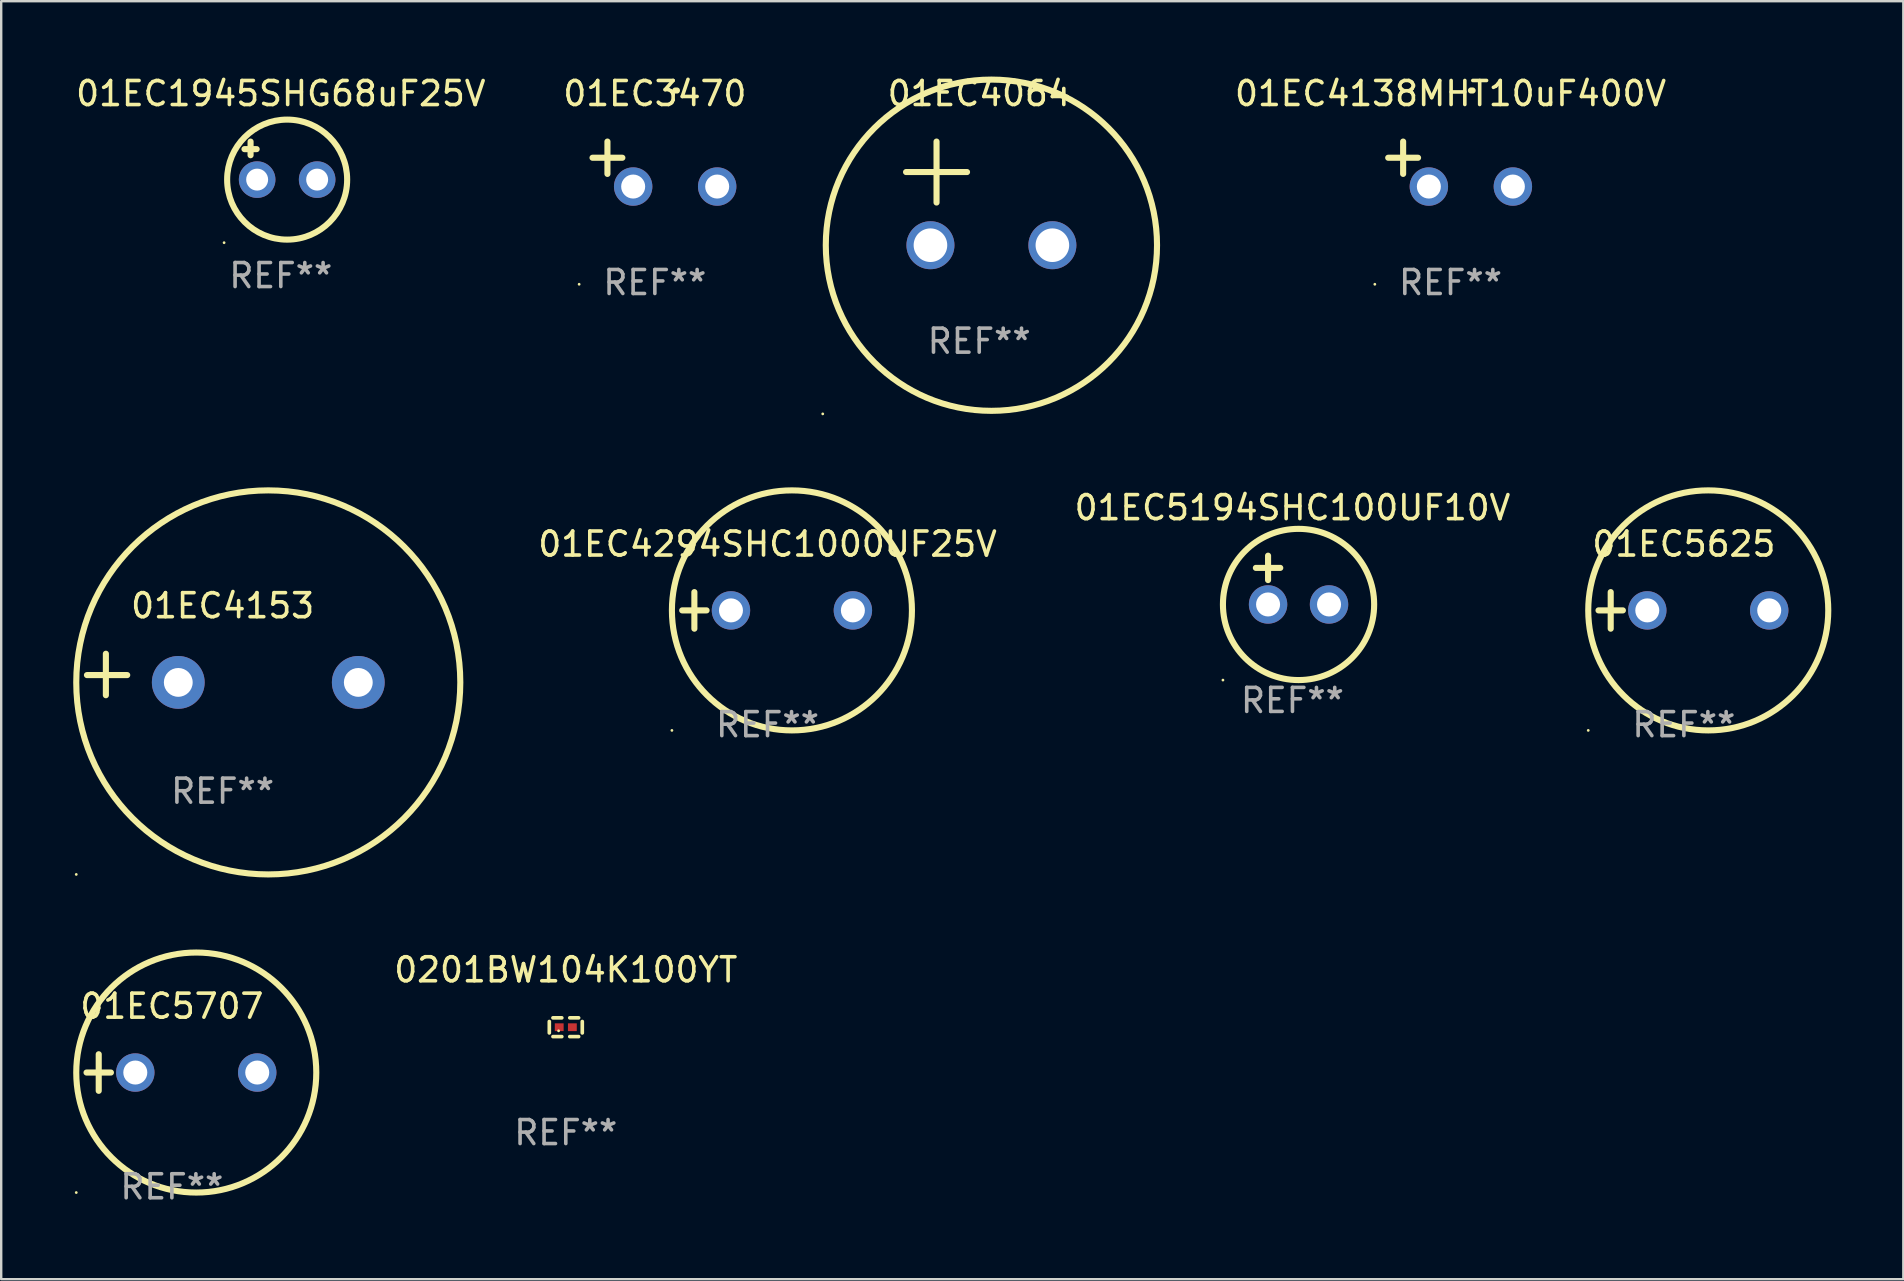
<source format=kicad_pcb>
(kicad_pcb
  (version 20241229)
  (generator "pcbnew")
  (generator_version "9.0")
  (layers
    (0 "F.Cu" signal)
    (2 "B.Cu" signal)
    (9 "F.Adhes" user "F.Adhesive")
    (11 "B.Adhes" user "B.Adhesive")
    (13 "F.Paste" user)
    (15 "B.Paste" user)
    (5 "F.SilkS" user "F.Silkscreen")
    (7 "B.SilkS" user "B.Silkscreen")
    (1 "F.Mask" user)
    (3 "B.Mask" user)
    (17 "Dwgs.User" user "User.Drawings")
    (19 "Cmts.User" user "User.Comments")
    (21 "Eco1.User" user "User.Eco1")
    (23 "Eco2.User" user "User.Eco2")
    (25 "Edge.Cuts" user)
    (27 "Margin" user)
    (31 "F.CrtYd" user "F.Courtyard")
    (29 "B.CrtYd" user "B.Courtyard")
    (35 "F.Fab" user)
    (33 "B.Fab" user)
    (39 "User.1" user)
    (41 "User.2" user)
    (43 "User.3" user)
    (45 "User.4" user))
  (footprint "01EC4064"
    (layer "F.Cu")
    (at 37.746 5.007)
    (property "Reference" "01EC4064" (at 0 -4.159 0) (layer "F.SilkS") (effects (font (size 1 1) (thickness 0.15))))
    (attr through_hole)
    (fp_line (start -3.048 -0.889) (end -0.508 -0.889) (stroke (width 0.254) (type solid)) (layer "F.SilkS"))
    (fp_line (start -1.778 -2.159) (end -1.778 0.381) (stroke (width 0.254) (type solid)) (layer "F.SilkS"))
    (fp_circle (center -6.519 9.186) (end -6.489 9.186) (stroke (width 0.06) (type solid)) (fill no) (layer "F.SilkS"))
    (fp_circle (center 0.508 2.159) (end 7.408 2.159) (stroke (width 0.254) (type solid)) (fill no) (layer "F.SilkS"))
    (fp_text user "REF**" (at 0 6.159 0) (layer "F.Fab") (effects (font (size 1 1) (thickness 0.15))))
    (pad "1" thru_hole circle (at -2.032 2.159) (size 2 2) (drill 1.4) (layers "*.Cu" "*.Mask"))
    (pad "2" thru_hole circle (at 3.048 2.159) (size 2 2) (drill 1.4) (layers "*.Cu" "*.Mask")))
  (footprint "0201BW104K100YT"
    (layer "F.Cu")
    (at 20.522 39.746)
    (property "Reference" "0201BW104K100YT" (at 0 -2.391 0) (layer "F.SilkS") (effects (font (size 1 1) (thickness 0.15))))
    (attr through_hole)
    (fp_line (start -0.687 0.238) (end -0.687 -0.238) (stroke (width 0.152) (type solid)) (layer "F.SilkS"))
    (fp_line (start -0.535 -0.391) (end -0.166 -0.391) (stroke (width 0.152) (type solid)) (layer "F.SilkS"))
    (fp_line (start -0.166 0.391) (end -0.535 0.391) (stroke (width 0.152) (type solid)) (layer "F.SilkS"))
    (fp_line (start 0.166 0.391) (end 0.535 0.391) (stroke (width 0.152) (type solid)) (layer "F.SilkS"))
    (fp_line (start 0.535 -0.391) (end 0.166 -0.391) (stroke (width 0.152) (type solid)) (layer "F.SilkS"))
    (fp_line (start 0.687 0.238) (end 0.687 -0.238) (stroke (width 0.152) (type solid)) (layer "F.SilkS"))
    (fp_circle (center -0.3 0.15) (end -0.27 0.15) (stroke (width 0.06) (type solid)) (fill no) (layer "F.SilkS"))
    (fp_text user "REF**" (at 0 4.391 0) (layer "F.Fab") (effects (font (size 1 1) (thickness 0.15))))
    (pad "1" smd rect (at -0.274 0) (size 0.368 0.324) (layers "F.Cu" "F.Mask" "F.Paste"))
    (pad "2" smd rect (at 0.274 0) (size 0.368 0.324) (layers "F.Cu" "F.Mask" "F.Paste")))
  (footprint "01EC3470"
    (layer "F.Cu")
    (at 24.232 3.785)
    (property "Reference" "01EC3470" (at 0 -2.937 0) (layer "F.SilkS") (effects (font (size 1 1) (thickness 0.15))))
    (attr through_hole)
    (fp_line (start -1.975 0.41) (end -1.975 -0.937) (stroke (width 0.254) (type solid)) (layer "F.SilkS"))
    (fp_line (start -1.353 -0.263) (end -2.597 -0.263) (stroke (width 0.254) (type solid)) (layer "F.SilkS"))
    (fp_arc (start 0.849809 -3.063957) (mid 0.885369 -3.064114) (end 0.920929 -3.063957) (stroke (width 0.254001) (type solid)) (layer "F.SilkS"))
    (fp_circle (center -3.154 5.008) (end -3.124 5.008) (stroke (width 0.06) (type solid)) (fill no) (layer "F.SilkS"))
    (fp_text user "REF**" (at 0 4.937 0) (layer "F.Fab") (effects (font (size 1 1) (thickness 0.15))))
    (pad "1" thru_hole circle (at -0.903 0.937) (size 1.6 1.6) (drill 1) (layers "*.Cu" "*.Mask"))
    (pad "2" thru_hole circle (at 2.597 0.937) (size 1.6 1.6) (drill 1) (layers "*.Cu" "*.Mask")))
  (footprint "01EC1945SHG68uF25V"
    (layer "F.Cu")
    (at 8.649 3.641)
    (property "Reference" "01EC1945SHG68uF25V" (at 0 -2.792 0) (layer "F.SilkS") (effects (font (size 1 1) (thickness 0.15))))
    (attr through_hole)
    (fp_line (start -1.514 -0.478) (end -1.006 -0.478) (stroke (width 0.254) (type solid)) (layer "F.SilkS"))
    (fp_line (start -1.26 -0.792) (end -1.26 -0.224) (stroke (width 0.254) (type solid)) (layer "F.SilkS"))
    (fp_circle (center -2.363 3.42) (end -2.333 3.42) (stroke (width 0.06) (type solid)) (fill no) (layer "F.SilkS"))
    (fp_circle (center 0.264 0.792) (end 2.764 0.792) (stroke (width 0.254) (type solid)) (fill no) (layer "F.SilkS"))
    (fp_text user "REF**" (at 0 4.792 0) (layer "F.Fab") (effects (font (size 1 1) (thickness 0.15))))
    (pad "1" thru_hole circle (at -0.986 0.792) (size 1.524 1.524) (drill 0.914) (layers "*.Cu" "*.Mask"))
    (pad "2" thru_hole circle (at 1.514 0.792) (size 1.524 1.524) (drill 0.914) (layers "*.Cu" "*.Mask")))
  (footprint "01EC5194SHC100UF10V"
    (layer "F.Cu")
    (at 50.796 21.117)
    (property "Reference" "01EC5194SHC100UF10V" (at 0 -3.016 0) (layer "F.SilkS") (effects (font (size 1 1) (thickness 0.15))))
    (attr through_hole)
    (fp_line (start -1.524 -0.508) (end -0.508 -0.508) (stroke (width 0.254) (type solid)) (layer "F.SilkS"))
    (fp_line (start -1.016 -1.016) (end -1.016 0) (stroke (width 0.254) (type solid)) (layer "F.SilkS"))
    (fp_circle (center -2.896 4.166) (end -2.866 4.166) (stroke (width 0.06) (type solid)) (fill no) (layer "F.SilkS"))
    (fp_circle (center 0.254 1.016) (end 3.404 1.016) (stroke (width 0.254) (type solid)) (fill no) (layer "F.SilkS"))
    (fp_text user "REF**" (at 0 5.016 0) (layer "F.Fab") (effects (font (size 1 1) (thickness 0.15))))
    (pad "1" thru_hole circle (at -1.016 1.016) (size 1.6 1.6) (drill 1) (layers "*.Cu" "*.Mask"))
    (pad "2" thru_hole circle (at 1.524 1.016) (size 1.6 1.6) (drill 1) (layers "*.Cu" "*.Mask")))
  (footprint "01EC5625"
    (layer "F.Cu")
    (at 67.103 22.38)
    (property "Reference" "01EC5625" (at 0 -2.762 0) (layer "F.SilkS") (effects (font (size 1 1) (thickness 0.15))))
    (attr through_hole)
    (fp_line (start -3.556 0) (end -2.54 0) (stroke (width 0.254) (type solid)) (layer "F.SilkS"))
    (fp_line (start -3.048 -0.762) (end -3.048 0.762) (stroke (width 0.254) (type solid)) (layer "F.SilkS"))
    (fp_circle (center -3.984 5) (end -3.954 5) (stroke (width 0.06) (type solid)) (fill no) (layer "F.SilkS"))
    (fp_circle (center 1.016 0) (end 6.016 0) (stroke (width 0.254) (type solid)) (fill no) (layer "F.SilkS"))
    (fp_text user "REF**" (at 0 4.762 0) (layer "F.Fab") (effects (font (size 1 1) (thickness 0.15))))
    (pad "1" thru_hole circle (at -1.524 0) (size 1.6 1.6) (drill 1) (layers "*.Cu" "*.Mask"))
    (pad "2" thru_hole circle (at 3.556 0) (size 1.6 1.6) (drill 1) (layers "*.Cu" "*.Mask")))
  (footprint "01EC5707"
    (layer "F.Cu")
    (at 4.111 41.634)
    (property "Reference" "01EC5707" (at 0 -2.762 0) (layer "F.SilkS") (effects (font (size 1 1) (thickness 0.15))))
    (attr through_hole)
    (fp_line (start -3.556 0) (end -2.54 0) (stroke (width 0.254) (type solid)) (layer "F.SilkS"))
    (fp_line (start -3.048 -0.762) (end -3.048 0.762) (stroke (width 0.254) (type solid)) (layer "F.SilkS"))
    (fp_circle (center -3.984 5) (end -3.954 5) (stroke (width 0.06) (type solid)) (fill no) (layer "F.SilkS"))
    (fp_circle (center 1.016 0) (end 6.016 0) (stroke (width 0.254) (type solid)) (fill no) (layer "F.SilkS"))
    (fp_text user "REF**" (at 0 4.762 0) (layer "F.Fab") (effects (font (size 1 1) (thickness 0.15))))
    (pad "1" thru_hole circle (at -1.524 0) (size 1.6 1.6) (drill 1) (layers "*.Cu" "*.Mask"))
    (pad "2" thru_hole circle (at 3.556 0) (size 1.6 1.6) (drill 1) (layers "*.Cu" "*.Mask")))
  (footprint "01EC4138MHT10uF400V"
    (layer "F.Cu")
    (at 57.382 3.785)
    (property "Reference" "01EC4138MHT10uF400V" (at 0 -2.937 0) (layer "F.SilkS") (effects (font (size 1 1) (thickness 0.15))))
    (attr through_hole)
    (fp_line (start -1.975 0.41) (end -1.975 -0.937) (stroke (width 0.254) (type solid)) (layer "F.SilkS"))
    (fp_line (start -1.353 -0.263) (end -2.597 -0.263) (stroke (width 0.254) (type solid)) (layer "F.SilkS"))
    (fp_arc (start 0.849809 -3.063957) (mid 0.885369 -3.064114) (end 0.920929 -3.063957) (stroke (width 0.254001) (type solid)) (layer "F.SilkS"))
    (fp_circle (center -3.154 5.008) (end -3.124 5.008) (stroke (width 0.06) (type solid)) (fill no) (layer "F.SilkS"))
    (fp_text user "REF**" (at 0 4.937 0) (layer "F.Fab") (effects (font (size 1 1) (thickness 0.15))))
    (pad "1" thru_hole circle (at -0.903 0.937) (size 1.6 1.6) (drill 1) (layers "*.Cu" "*.Mask"))
    (pad "2" thru_hole circle (at 2.597 0.937) (size 1.6 1.6) (drill 1) (layers "*.Cu" "*.Mask")))
  (footprint "01EC4294SHC1000UF25V"
    (layer "F.Cu")
    (at 28.927 22.38)
    (property "Reference" "01EC4294SHC1000UF25V" (at 0 -2.762 0) (layer "F.SilkS") (effects (font (size 1 1) (thickness 0.15))))
    (attr through_hole)
    (fp_line (start -3.556 0) (end -2.54 0) (stroke (width 0.254) (type solid)) (layer "F.SilkS"))
    (fp_line (start -3.048 -0.762) (end -3.048 0.762) (stroke (width 0.254) (type solid)) (layer "F.SilkS"))
    (fp_circle (center -3.984 5) (end -3.954 5) (stroke (width 0.06) (type solid)) (fill no) (layer "F.SilkS"))
    (fp_circle (center 1.016 0) (end 6.016 0) (stroke (width 0.254) (type solid)) (fill no) (layer "F.SilkS"))
    (fp_text user "REF**" (at 0 4.762 0) (layer "F.Fab") (effects (font (size 1 1) (thickness 0.15))))
    (pad "1" thru_hole circle (at -1.524 0) (size 1.6 1.6) (drill 1) (layers "*.Cu" "*.Mask"))
    (pad "2" thru_hole circle (at 3.556 0) (size 1.6 1.6) (drill 1) (layers "*.Cu" "*.Mask")))
  (footprint "01EC4153"
    (layer "F.Cu")
    (at 6.225 25.05)
    (property "Reference" "01EC4153" (at 0 -2.864 0) (layer "F.SilkS") (effects (font (size 1 1) (thickness 0.15))))
    (attr through_hole)
    (fp_line (start -4.864 0.864) (end -4.864 -0.864) (stroke (width 0.254) (type solid)) (layer "F.SilkS"))
    (fp_line (start -3.975 0.025) (end -5.652 0.025) (stroke (width 0.254) (type solid)) (layer "F.SilkS"))
    (fp_circle (center -6.098 8.33) (end -6.068 8.33) (stroke (width 0.06) (type solid)) (fill no) (layer "F.SilkS"))
    (fp_circle (center 1.902 0.33) (end 9.902 0.33) (stroke (width 0.254) (type solid)) (fill no) (layer "F.SilkS"))
    (fp_text user "REF**" (at 0 4.864 0) (layer "F.Fab") (effects (font (size 1 1) (thickness 0.15))))
    (pad "1" thru_hole circle (at -1.848 0.33) (size 2.2 2.2) (drill 1.2) (layers "*.Cu" "*.Mask"))
    (pad "2" thru_hole circle (at 5.652 0.33) (size 2.2 2.2) (drill 1.2) (layers "*.Cu" "*.Mask")))
  (gr_rect
    (start -3 -3)
    (end 76.246 50.244)
    (stroke (width 0.1) (type default))
    (fill no)
    (layer "Edge.Cuts")))
</source>
